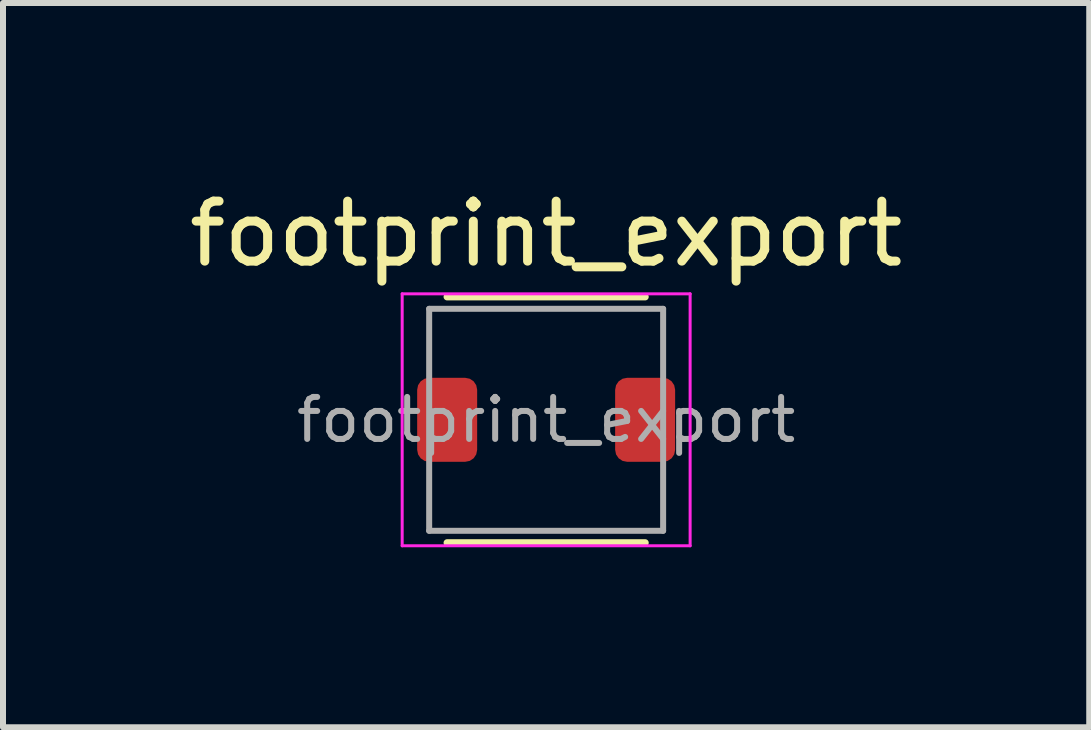
<source format=kicad_pcb>
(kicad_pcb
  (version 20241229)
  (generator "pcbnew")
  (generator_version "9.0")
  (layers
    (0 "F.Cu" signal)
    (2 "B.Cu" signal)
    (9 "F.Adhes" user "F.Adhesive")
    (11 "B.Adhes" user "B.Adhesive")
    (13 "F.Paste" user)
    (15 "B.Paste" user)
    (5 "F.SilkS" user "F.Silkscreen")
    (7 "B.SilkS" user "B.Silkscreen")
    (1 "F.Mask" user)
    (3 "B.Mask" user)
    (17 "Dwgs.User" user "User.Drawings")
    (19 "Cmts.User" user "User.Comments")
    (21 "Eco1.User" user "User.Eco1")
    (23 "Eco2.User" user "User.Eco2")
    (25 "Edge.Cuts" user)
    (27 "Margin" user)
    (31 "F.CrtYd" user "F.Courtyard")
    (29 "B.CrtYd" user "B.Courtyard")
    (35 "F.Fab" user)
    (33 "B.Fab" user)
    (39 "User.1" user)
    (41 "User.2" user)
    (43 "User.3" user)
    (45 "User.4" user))
  (footprint "footprint_export"
    (layer "F.Cu")
    (at 6.054 3.948)
    (property "Reference" "footprint_export" (at 0 -3.1 0) (layer "F.SilkS") (effects (font (size 1 1) (thickness 0.15))))
    (attr smd)
    (fp_line (start -1.65 -2.05) (end 1.65 -2.05) (stroke (width 0.12) (type solid)) (layer "F.SilkS"))
    (fp_line (start -1.65 2.05) (end 1.65 2.05) (stroke (width 0.12) (type solid)) (layer "F.SilkS"))
    (fp_line (start -2.4 -2.1) (end -2.4 2.1) (stroke (width 0.05) (type solid)) (layer "F.CrtYd"))
    (fp_line (start -2.4 2.1) (end 2.4 2.1) (stroke (width 0.05) (type solid)) (layer "F.CrtYd"))
    (fp_line (start 2.4 -2.1) (end -2.4 -2.1) (stroke (width 0.05) (type solid)) (layer "F.CrtYd"))
    (fp_line (start 2.4 2.1) (end 2.4 -2.1) (stroke (width 0.05) (type solid)) (layer "F.CrtYd"))
    (fp_line (start -1.95 -1.85) (end 1.95 -1.85) (stroke (width 0.1) (type solid)) (layer "F.Fab"))
    (fp_line (start -1.95 1.85) (end -1.95 -1.85) (stroke (width 0.1) (type solid)) (layer "F.Fab"))
    (fp_line (start 1.95 -1.85) (end 1.95 1.85) (stroke (width 0.1) (type solid)) (layer "F.Fab"))
    (fp_line (start 1.95 1.85) (end -1.95 1.85) (stroke (width 0.1) (type solid)) (layer "F.Fab"))
    (fp_text user "${REFERENCE}" (at 0 0 0) (layer "F.Fab") (effects (font (size 0.7 0.7) (thickness 0.1))))
    (pad "1" smd roundrect (at -1.65 0) (size 1 1.4) (layers "F.Cu" "F.Mask" "F.Paste") (roundrect_rratio 0.2))
    (pad "2" smd roundrect (at 1.65 0) (size 1 1.4) (layers "F.Cu" "F.Mask" "F.Paste") (roundrect_rratio 0.2)))
  (gr_rect
    (start -3 -3)
    (end 15.107 9.073)
    (stroke (width 0.1) (type default))
    (fill no)
    (layer "Edge.Cuts")))
</source>
